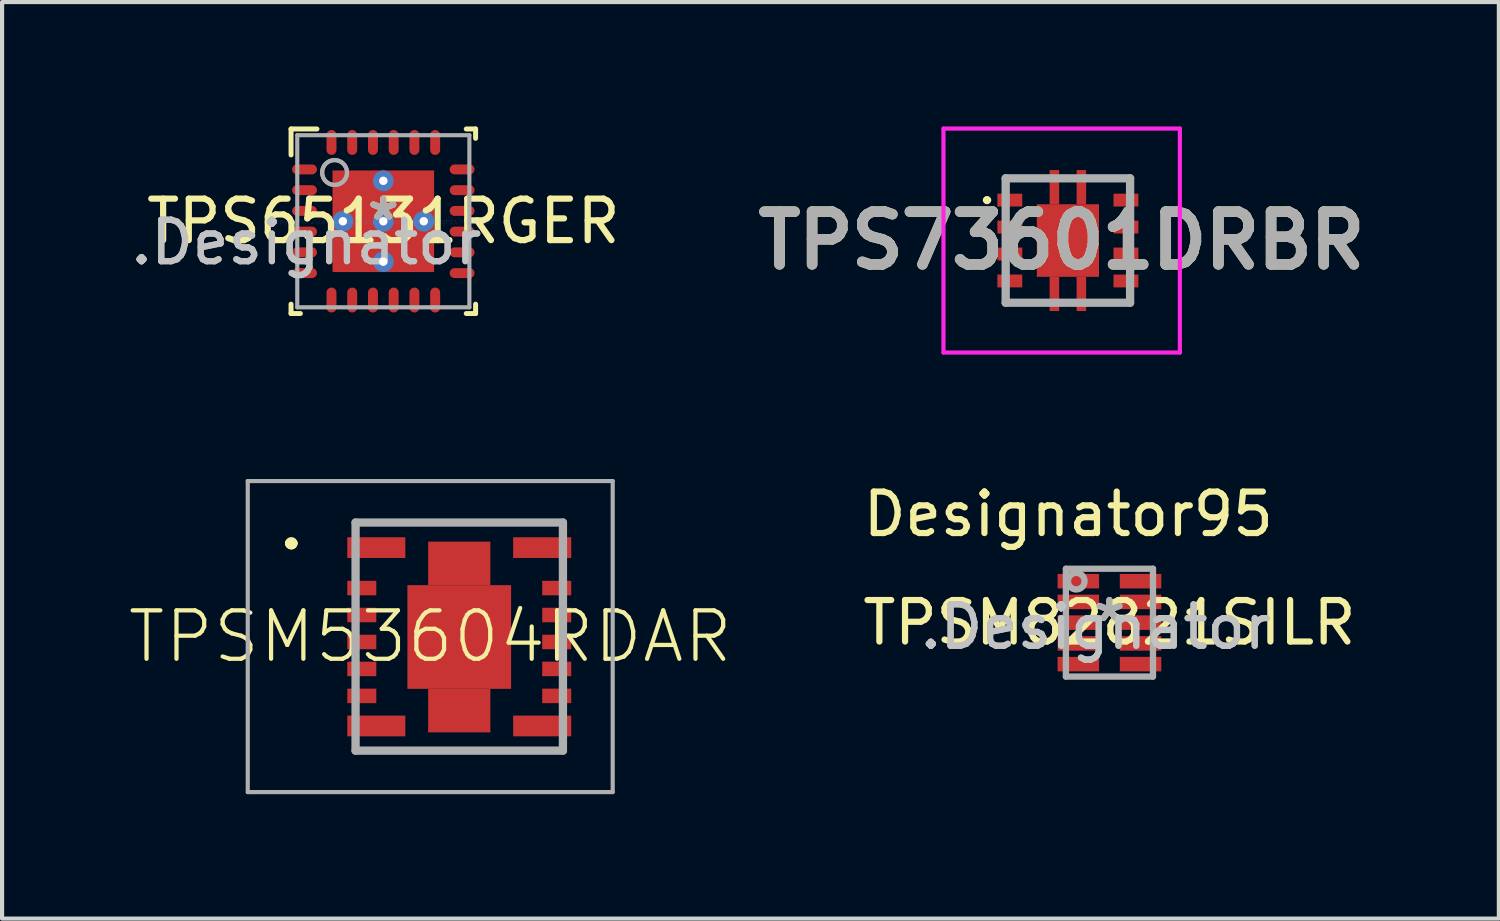
<source format=kicad_pcb>
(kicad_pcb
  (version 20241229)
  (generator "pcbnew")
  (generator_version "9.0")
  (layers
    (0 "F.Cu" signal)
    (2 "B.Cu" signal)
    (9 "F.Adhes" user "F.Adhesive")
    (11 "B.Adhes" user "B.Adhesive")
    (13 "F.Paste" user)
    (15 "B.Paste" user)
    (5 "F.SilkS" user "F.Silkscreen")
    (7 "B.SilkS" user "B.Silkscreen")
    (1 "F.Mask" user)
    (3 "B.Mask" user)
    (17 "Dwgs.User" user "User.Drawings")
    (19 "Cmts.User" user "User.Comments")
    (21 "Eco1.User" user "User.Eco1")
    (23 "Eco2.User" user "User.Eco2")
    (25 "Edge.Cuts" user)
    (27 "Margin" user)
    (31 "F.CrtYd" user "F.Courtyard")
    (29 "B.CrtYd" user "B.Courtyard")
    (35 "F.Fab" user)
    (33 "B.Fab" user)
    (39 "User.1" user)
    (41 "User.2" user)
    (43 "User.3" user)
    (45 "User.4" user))
  (footprint "TPS65131RGER"
    (layer "F.Cu")
    (at 6.193 2.285)
    (property "Reference" "TPS65131RGER" (at 0 0 0) (layer "F.SilkS") (effects (font (size 1 1) (thickness 0.15))))
    (attr through_hole)
    (fp_line (start -2.225 -2.225) (end -1.6 -2.225) (stroke (width 0.12) (type solid)) (layer "F.SilkS"))
    (fp_line (start -2.225 -1.6) (end -2.225 -2.225) (stroke (width 0.12) (type solid)) (layer "F.SilkS"))
    (fp_line (start -2.225 2.225) (end -2.225 2) (stroke (width 0.12) (type solid)) (layer "F.SilkS"))
    (fp_line (start -2.225 2.225) (end -2 2.225) (stroke (width 0.12) (type solid)) (layer "F.SilkS"))
    (fp_line (start 2 -2.225) (end 2.225 -2.225) (stroke (width 0.12) (type solid)) (layer "F.SilkS"))
    (fp_line (start 2 2.225) (end 2.225 2.225) (stroke (width 0.12) (type solid)) (layer "F.SilkS"))
    (fp_line (start 2.225 -2) (end 2.225 -2.225) (stroke (width 0.12) (type solid)) (layer "F.SilkS"))
    (fp_line (start 2.225 2.225) (end 2.225 2) (stroke (width 0.12) (type solid)) (layer "F.SilkS"))
    (fp_poly (pts (xy -0.1 -1.184) (xy -1.184 -1.184) (xy -1.184 -0.1) (xy -0.1 -0.1)) (stroke (width 0.1) (type solid)) (fill yes) (layer "F.Paste"))
    (fp_poly (pts (xy -0.1 0.1) (xy -1.184 0.1) (xy -1.184 1.184) (xy -0.1 1.184)) (stroke (width 0.1) (type solid)) (fill yes) (layer "F.Paste"))
    (fp_poly (pts (xy 0.1 -0.1) (xy 1.184 -0.1) (xy 1.184 -1.184) (xy 0.1 -1.184)) (stroke (width 0.1) (type solid)) (fill yes) (layer "F.Paste"))
    (fp_poly (pts (xy 0.1 1.184) (xy 1.184 1.184) (xy 1.184 0.1) (xy 0.1 0.1)) (stroke (width 0.1) (type solid)) (fill yes) (layer "F.Paste"))
    (fp_line (start -2.075 -2.075) (end 2.075 -2.075) (stroke (width 0.1) (type solid)) (layer "F.Fab"))
    (fp_line (start -2.075 2.075) (end -2.075 -2.075) (stroke (width 0.1) (type solid)) (layer "F.Fab"))
    (fp_line (start -2.075 2.075) (end 2.075 2.075) (stroke (width 0.1) (type solid)) (layer "F.Fab"))
    (fp_line (start 2.075 2.075) (end 2.075 -2.075) (stroke (width 0.1) (type solid)) (layer "F.Fab"))
    (fp_circle (center -1.175 -1.175) (end -0.875 -1.175) (stroke (width 0.1) (type solid)) (fill no) (layer "F.Fab"))
    (fp_circle (center -1.175 -1.175) (end -0.875 -1.175) (stroke (width 0.1) (type solid)) (fill no) (layer "F.Fab"))
    (fp_text user "*" (at 0 0 0) (layer "F.SilkS") (effects (font (size 1 1) (thickness 0.15))))
    (fp_text user ".Designator" (at -1.854 0.508 0) (layer "Dwgs.User") (effects (font (size 1 1) (thickness 0.15))))
    (fp_text user "Copyright 2021 Accelerated Designs. All rights reserved." (at 0 0 0) (layer "Cmts.User") (effects (font (size 0.127 0.127) (thickness 0.002))))
    (fp_text user ".Designator" (at -1.854 0.508 0) (layer "F.Fab") (effects (font (size 1 1) (thickness 0.15))))
    (fp_text user "*" (at 0 0 0) (layer "F.Fab") (effects (font (size 1 1) (thickness 0.15))))
    (pad "1" smd oval (at -1.9 -1.25 90) (size 0.24 0.6) (layers "F.Cu" "F.Mask" "F.Paste"))
    (pad "2" smd oval (at -1.9 -0.75 90) (size 0.24 0.6) (layers "F.Cu" "F.Mask" "F.Paste"))
    (pad "3" smd oval (at -1.9 -0.25 90) (size 0.24 0.6) (layers "F.Cu" "F.Mask" "F.Paste"))
    (pad "4" smd oval (at -1.9 0.25 90) (size 0.24 0.6) (layers "F.Cu" "F.Mask" "F.Paste"))
    (pad "5" smd oval (at -1.9 0.75 90) (size 0.24 0.6) (layers "F.Cu" "F.Mask" "F.Paste"))
    (pad "6" smd oval (at -1.9 1.25 90) (size 0.24 0.6) (layers "F.Cu" "F.Mask" "F.Paste"))
    (pad "7" smd oval (at -1.25 1.9) (size 0.24 0.6) (layers "F.Cu" "F.Mask" "F.Paste"))
    (pad "8" smd oval (at -0.75 1.9) (size 0.24 0.6) (layers "F.Cu" "F.Mask" "F.Paste"))
    (pad "9" smd oval (at -0.25 1.9) (size 0.24 0.6) (layers "F.Cu" "F.Mask" "F.Paste"))
    (pad "10" smd oval (at 0.25 1.9) (size 0.24 0.6) (layers "F.Cu" "F.Mask" "F.Paste"))
    (pad "11" smd oval (at 0.75 1.9) (size 0.24 0.6) (layers "F.Cu" "F.Mask" "F.Paste"))
    (pad "12" smd oval (at 1.25 1.9) (size 0.24 0.6) (layers "F.Cu" "F.Mask" "F.Paste"))
    (pad "13" smd oval (at 1.9 1.25 90) (size 0.24 0.6) (layers "F.Cu" "F.Mask" "F.Paste"))
    (pad "14" smd oval (at 1.9 0.75 90) (size 0.24 0.6) (layers "F.Cu" "F.Mask" "F.Paste"))
    (pad "15" smd oval (at 1.9 0.25 90) (size 0.24 0.6) (layers "F.Cu" "F.Mask" "F.Paste"))
    (pad "16" smd oval (at 1.9 -0.25 90) (size 0.24 0.6) (layers "F.Cu" "F.Mask" "F.Paste"))
    (pad "17" smd oval (at 1.9 -0.75 90) (size 0.24 0.6) (layers "F.Cu" "F.Mask" "F.Paste"))
    (pad "18" smd oval (at 1.9 -1.25 90) (size 0.24 0.6) (layers "F.Cu" "F.Mask" "F.Paste"))
    (pad "19" smd oval (at 1.25 -1.9) (size 0.24 0.6) (layers "F.Cu" "F.Mask" "F.Paste"))
    (pad "20" smd oval (at 0.75 -1.9) (size 0.24 0.6) (layers "F.Cu" "F.Mask" "F.Paste"))
    (pad "21" smd oval (at 0.25 -1.9) (size 0.24 0.6) (layers "F.Cu" "F.Mask" "F.Paste"))
    (pad "22" smd oval (at -0.25 -1.9) (size 0.24 0.6) (layers "F.Cu" "F.Mask" "F.Paste"))
    (pad "23" smd oval (at -0.75 -1.9) (size 0.24 0.6) (layers "F.Cu" "F.Mask" "F.Paste"))
    (pad "24" smd oval (at -1.25 -1.9) (size 0.24 0.6) (layers "F.Cu" "F.Mask" "F.Paste"))
    (pad "25" smd rect (at 0 0) (size 2.45 2.45) (layers "F.Cu" "F.Mask"))
    (pad "V" thru_hole circle (at -0.975 0) (size 0.5 0.5) (drill 0.203) (layers "*.Cu" "*.Mask"))
    (pad "V" thru_hole circle (at 0 -0.975) (size 0.5 0.5) (drill 0.203) (layers "*.Cu" "*.Mask"))
    (pad "V" thru_hole circle (at 0 0) (size 0.5 0.5) (drill 0.203) (layers "*.Cu" "*.Mask"))
    (pad "V" thru_hole circle (at 0 0.975) (size 0.5 0.5) (drill 0.203) (layers "*.Cu" "*.Mask"))
    (pad "V" thru_hole circle (at 0.975 0) (size 0.5 0.5) (drill 0.203) (layers "*.Cu" "*.Mask")))
  (footprint "TPS73601DRBR"
    (layer "F.Cu")
    (at 22.7 2.75)
    (property "Reference" "TPS73601DRBR" (at -0.15 0 0) (layer "F.SilkS") (effects (font (size 1.27 1.27) (thickness 0.254))))
    (attr smd)
    (fp_line (start -2 -0.975) (end -2 -0.975) (stroke (width 0.1) (type solid)) (layer "F.SilkS"))
    (fp_line (start -1.9 -0.975) (end -1.9 -0.975) (stroke (width 0.1) (type solid)) (layer "F.SilkS"))
    (fp_line (start -0.7 1.5) (end -1.5 1.5) (stroke (width 0.1) (type solid)) (layer "F.SilkS"))
    (fp_line (start 0.6 -1.5) (end 1.5 -1.5) (stroke (width 0.1) (type solid)) (layer "F.SilkS"))
    (fp_arc (start -2 -0.975) (mid -1.95 -1.025) (end -1.9 -0.975) (stroke (width 0.1) (type solid)) (layer "F.SilkS"))
    (fp_arc (start -1.9 -0.975) (mid -1.95 -0.925) (end -2 -0.975) (stroke (width 0.1) (type solid)) (layer "F.SilkS"))
    (fp_line (start -3 -2.7) (end 2.7 -2.7) (stroke (width 0.1) (type solid)) (layer "F.CrtYd"))
    (fp_line (start -3 2.7) (end -3 -2.7) (stroke (width 0.1) (type solid)) (layer "F.CrtYd"))
    (fp_line (start 2.7 -2.7) (end 2.7 2.7) (stroke (width 0.1) (type solid)) (layer "F.CrtYd"))
    (fp_line (start 2.7 2.7) (end -3 2.7) (stroke (width 0.1) (type solid)) (layer "F.CrtYd"))
    (fp_line (start -1.5 -1.5) (end 1.5 -1.5) (stroke (width 0.2) (type solid)) (layer "F.Fab"))
    (fp_line (start -1.5 1.5) (end -1.5 -1.5) (stroke (width 0.2) (type solid)) (layer "F.Fab"))
    (fp_line (start 1.5 -1.5) (end 1.5 1.5) (stroke (width 0.2) (type solid)) (layer "F.Fab"))
    (fp_line (start 1.5 1.5) (end -1.5 1.5) (stroke (width 0.2) (type solid)) (layer "F.Fab"))
    (fp_text user "${REFERENCE}" (at -0.15 0 0) (layer "F.Fab") (effects (font (size 1.27 1.27) (thickness 0.254))))
    (pad "1" smd rect (at -1.4 -0.975 90) (size 0.31 0.6) (layers "F.Cu" "F.Mask" "F.Paste"))
    (pad "2" smd rect (at -1.4 -0.325 90) (size 0.31 0.6) (layers "F.Cu" "F.Mask" "F.Paste"))
    (pad "3" smd rect (at -1.4 0.325 90) (size 0.31 0.6) (layers "F.Cu" "F.Mask" "F.Paste"))
    (pad "4" smd rect (at -1.4 0.975 90) (size 0.31 0.6) (layers "F.Cu" "F.Mask" "F.Paste"))
    (pad "5" smd rect (at 1.4 0.975 90) (size 0.31 0.6) (layers "F.Cu" "F.Mask" "F.Paste"))
    (pad "6" smd rect (at 1.4 0.325 90) (size 0.31 0.6) (layers "F.Cu" "F.Mask" "F.Paste"))
    (pad "7" smd rect (at 1.4 -0.325 90) (size 0.31 0.6) (layers "F.Cu" "F.Mask" "F.Paste"))
    (pad "8" smd rect (at 1.4 -0.975 90) (size 0.31 0.6) (layers "F.Cu" "F.Mask" "F.Paste"))
    (pad "9" smd rect (at 0 0) (size 1.5 1.75) (layers "F.Cu" "F.Mask" "F.Paste"))
    (pad "10" smd rect (at -0.325 1.287) (size 0.23 0.825) (layers "F.Cu" "F.Mask" "F.Paste"))
    (pad "11" smd rect (at 0.325 1.287) (size 0.23 0.825) (layers "F.Cu" "F.Mask" "F.Paste"))
    (pad "12" smd rect (at 0.325 -1.287) (size 0.23 0.825) (layers "F.Cu" "F.Mask" "F.Paste"))
    (pad "13" smd rect (at -0.325 -1.287) (size 0.23 0.825) (layers "F.Cu" "F.Mask" "F.Paste")))
  (footprint "TPSM53604RDAR"
    (layer "F.Cu")
    (at 6.024 12.31)
    (property "Reference" "TPSM53604RDAR" (at 1.3 -0.01 0) (layer "F.SilkS") (effects (font (size 1.168 1.168) (thickness 0.102))))
    (attr through_hole)
    (fp_line (start -2.1 -2.26) (end -2.1 -2.26) (stroke (width 0.2) (type solid)) (layer "F.SilkS"))
    (fp_line (start -2.1 -2.26) (end -2.1 -2.26) (stroke (width 0.2) (type solid)) (layer "F.SilkS"))
    (fp_line (start -2 -2.26) (end -2 -2.26) (stroke (width 0.2) (type solid)) (layer "F.SilkS"))
    (fp_line (start -0.5 -2.76) (end -0.5 -2.76) (stroke (width 0.1) (type solid)) (layer "F.SilkS"))
    (fp_line (start -0.5 -2.76) (end 4.5 -2.76) (stroke (width 0.1) (type solid)) (layer "F.SilkS"))
    (fp_line (start -0.35 2.74) (end -0.35 2.74) (stroke (width 0.1) (type solid)) (layer "F.SilkS"))
    (fp_line (start -0.35 2.74) (end 4.5 2.74) (stroke (width 0.1) (type solid)) (layer "F.SilkS"))
    (fp_line (start 4.5 -2.76) (end -0.5 -2.76) (stroke (width 0.1) (type solid)) (layer "F.SilkS"))
    (fp_line (start 4.5 -2.76) (end 4.5 -2.76) (stroke (width 0.1) (type solid)) (layer "F.SilkS"))
    (fp_line (start 4.5 2.74) (end -0.35 2.74) (stroke (width 0.1) (type solid)) (layer "F.SilkS"))
    (fp_line (start 4.5 2.74) (end 4.5 2.74) (stroke (width 0.1) (type solid)) (layer "F.SilkS"))
    (fp_arc (start -2.1 -2.26) (mid -2.05 -2.31) (end -2 -2.26) (stroke (width 0.2) (type solid)) (layer "F.SilkS"))
    (fp_arc (start -2 -2.26) (mid -2.05 -2.21) (end -2.1 -2.26) (stroke (width 0.2) (type solid)) (layer "F.SilkS"))
    (fp_arc (start -2 -2.26) (mid -2.05 -2.21) (end -2.1 -2.26) (stroke (width 0.2) (type solid)) (layer "F.SilkS"))
    (fp_line (start -3.1 -3.76) (end 5.7 -3.76) (stroke (width 0.1) (type solid)) (layer "F.Fab"))
    (fp_line (start -3.1 3.74) (end -3.1 -3.76) (stroke (width 0.1) (type solid)) (layer "F.Fab"))
    (fp_line (start -0.5 -2.76) (end -0.5 2.74) (stroke (width 0.2) (type solid)) (layer "F.Fab"))
    (fp_line (start -0.5 2.74) (end 4.5 2.74) (stroke (width 0.2) (type solid)) (layer "F.Fab"))
    (fp_line (start 4.5 -2.76) (end -0.5 -2.76) (stroke (width 0.2) (type solid)) (layer "F.Fab"))
    (fp_line (start 4.5 2.74) (end 4.5 -2.76) (stroke (width 0.2) (type solid)) (layer "F.Fab"))
    (fp_line (start 5.7 -3.76) (end 5.7 3.74) (stroke (width 0.1) (type solid)) (layer "F.Fab"))
    (fp_line (start 5.7 3.74) (end -3.1 3.74) (stroke (width 0.1) (type solid)) (layer "F.Fab"))
    (pad "1" smd rect (at 0 -2.155) (size 1.4 0.5) (layers "F.Cu" "F.Mask" "F.Paste"))
    (pad "2" smd rect (at -0.35 -1.18) (size 0.7 0.35) (layers "F.Cu" "F.Mask" "F.Paste"))
    (pad "3" smd rect (at -0.35 -0.53) (size 0.7 0.35) (layers "F.Cu" "F.Mask" "F.Paste"))
    (pad "4" smd rect (at -0.35 0.12) (size 0.7 0.35) (layers "F.Cu" "F.Mask" "F.Paste"))
    (pad "5" smd rect (at -0.35 0.77) (size 0.7 0.35) (layers "F.Cu" "F.Mask" "F.Paste"))
    (pad "6" smd rect (at -0.35 1.42) (size 0.7 0.35) (layers "F.Cu" "F.Mask" "F.Paste"))
    (pad "7" smd rect (at 0 2.145) (size 1.4 0.5) (layers "F.Cu" "F.Mask" "F.Paste"))
    (pad "8" smd rect (at 4 2.145) (size 1.4 0.5) (layers "F.Cu" "F.Mask" "F.Paste"))
    (pad "9" smd rect (at 4.35 1.42) (size 0.7 0.35) (layers "F.Cu" "F.Mask" "F.Paste"))
    (pad "10" smd rect (at 4.35 0.77) (size 0.7 0.35) (layers "F.Cu" "F.Mask" "F.Paste"))
    (pad "11" smd rect (at 4.35 0.12) (size 0.7 0.35) (layers "F.Cu" "F.Mask" "F.Paste"))
    (pad "12" smd rect (at 4.35 -0.53) (size 0.7 0.35) (layers "F.Cu" "F.Mask" "F.Paste"))
    (pad "13" smd rect (at 4.35 -1.18) (size 0.7 0.35) (layers "F.Cu" "F.Mask" "F.Paste"))
    (pad "14" smd rect (at 4 -2.155) (size 1.4 0.5) (layers "F.Cu" "F.Mask" "F.Paste"))
    (pad "15" smd rect (at 2 0) (size 2.5 2.5) (layers "F.Cu" "F.Mask" "F.Paste"))
    (pad "16" smd rect (at 2 -1.775) (size 1.5 1.05) (layers "F.Cu" "F.Mask" "F.Paste"))
    (pad "17" smd rect (at 2 1.775) (size 1.5 1.05) (layers "F.Cu" "F.Mask" "F.Paste")))
  (footprint "TPSM82821SILR"
    (layer "F.Cu")
    (at 23.702 11.964)
    (property "Reference" "TPSM82821SILR" (at 0 0 0) (layer "F.SilkS") (effects (font (size 1 1) (thickness 0.15))))
    (attr through_hole)
    (fp_line (start -1.05 -1.3) (end 1.05 -1.3) (stroke (width 0.152) (type solid)) (layer "F.Fab"))
    (fp_line (start -1.05 1.3) (end -1.05 -1.3) (stroke (width 0.152) (type solid)) (layer "F.Fab"))
    (fp_line (start -1.05 1.3) (end 1.05 1.3) (stroke (width 0.152) (type solid)) (layer "F.Fab"))
    (fp_line (start 1.05 1.3) (end 1.05 -1.3) (stroke (width 0.152) (type solid)) (layer "F.Fab"))
    (fp_circle (center -0.8 -1) (end -0.6 -1) (stroke (width 0.152) (type solid)) (fill no) (layer "F.Fab"))
    (fp_text user "Designator95" (at -0.991 -2.616 0) (layer "F.SilkS") (effects (font (size 1 1) (thickness 0.15))))
    (fp_text user "*" (at 0 0 0) (layer "F.SilkS") (effects (font (size 1 1) (thickness 0.15))))
    (fp_text user ".Designator" (at -0.33 0.102 0) (layer "Dwgs.User") (effects (font (size 1 1) (thickness 0.15))))
    (fp_text user "Copyright 2016 Accelerated Designs. All rights reserved." (at 0 0 0) (layer "Cmts.User") (effects (font (size 0.127 0.127) (thickness 0.002))))
    (fp_text user ".Designator" (at -0.33 0.102 0) (layer "F.Fab") (effects (font (size 1 1) (thickness 0.15))))
    (fp_text user "*" (at 0 0 0) (layer "F.Fab") (effects (font (size 1 1) (thickness 0.15))))
    (pad "1" smd rect (at -0.75 -1) (size 1 0.35) (layers "F.Cu" "F.Mask" "F.Paste"))
    (pad "2" smd rect (at -0.75 -0.5) (size 1 0.35) (layers "F.Cu" "F.Mask" "F.Paste"))
    (pad "3" smd rect (at -0.75 0) (size 1 0.35) (layers "F.Cu" "F.Mask" "F.Paste"))
    (pad "4" smd rect (at -0.75 0.5) (size 1 0.35) (layers "F.Cu" "F.Mask" "F.Paste"))
    (pad "5" smd rect (at -0.75 1) (size 1 0.35) (layers "F.Cu" "F.Mask" "F.Paste"))
    (pad "6" smd rect (at 0.75 1) (size 1 0.35) (layers "F.Cu" "F.Mask" "F.Paste"))
    (pad "7" smd rect (at 0.75 0.5) (size 1 0.35) (layers "F.Cu" "F.Mask" "F.Paste"))
    (pad "8" smd rect (at 0.75 0) (size 1 0.35) (layers "F.Cu" "F.Mask" "F.Paste"))
    (pad "9" smd rect (at 0.75 -0.5) (size 1 0.35) (layers "F.Cu" "F.Mask" "F.Paste"))
    (pad "10" smd rect (at 0.75 -1) (size 1 0.35) (layers "F.Cu" "F.Mask" "F.Paste")))
  (gr_rect
    (start -3 -3)
    (end 33.092 19.1)
    (stroke (width 0.1) (type default))
    (fill no)
    (layer "Edge.Cuts")))
</source>
